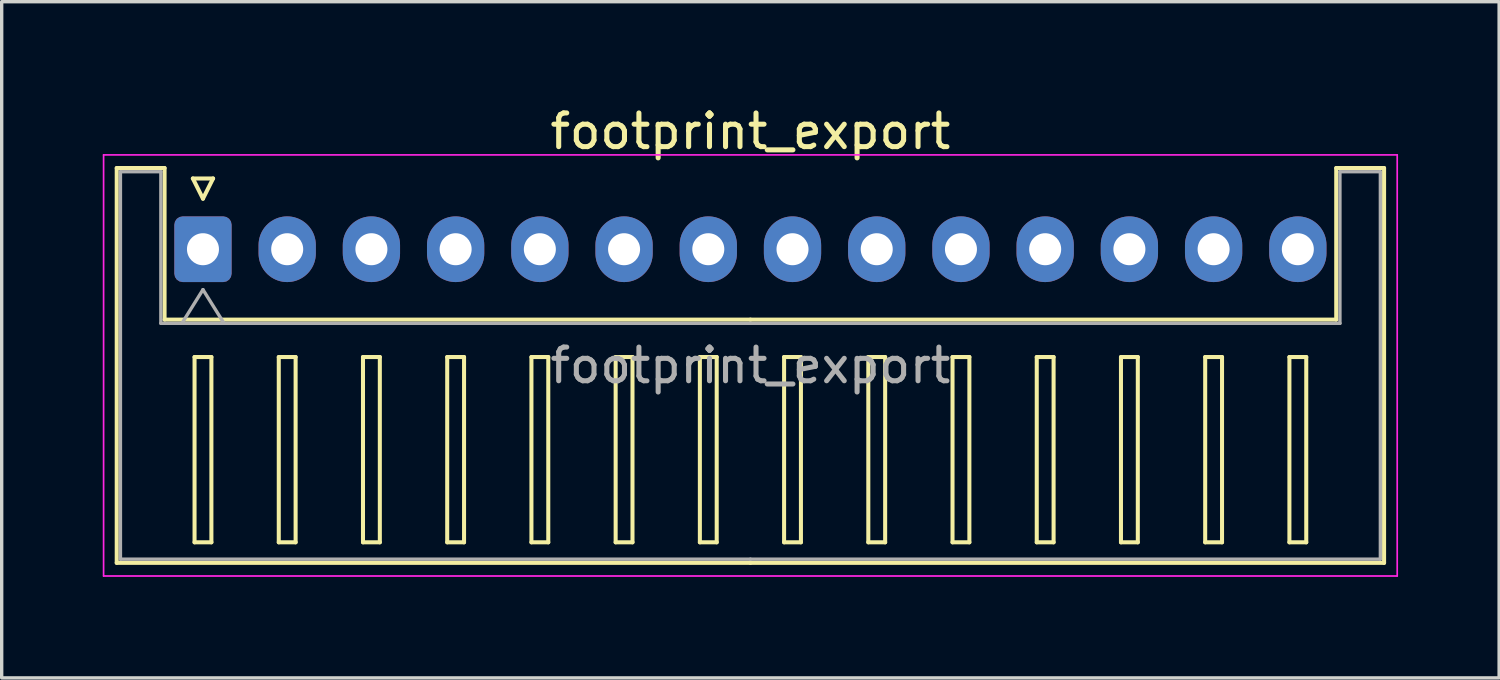
<source format=kicad_pcb>
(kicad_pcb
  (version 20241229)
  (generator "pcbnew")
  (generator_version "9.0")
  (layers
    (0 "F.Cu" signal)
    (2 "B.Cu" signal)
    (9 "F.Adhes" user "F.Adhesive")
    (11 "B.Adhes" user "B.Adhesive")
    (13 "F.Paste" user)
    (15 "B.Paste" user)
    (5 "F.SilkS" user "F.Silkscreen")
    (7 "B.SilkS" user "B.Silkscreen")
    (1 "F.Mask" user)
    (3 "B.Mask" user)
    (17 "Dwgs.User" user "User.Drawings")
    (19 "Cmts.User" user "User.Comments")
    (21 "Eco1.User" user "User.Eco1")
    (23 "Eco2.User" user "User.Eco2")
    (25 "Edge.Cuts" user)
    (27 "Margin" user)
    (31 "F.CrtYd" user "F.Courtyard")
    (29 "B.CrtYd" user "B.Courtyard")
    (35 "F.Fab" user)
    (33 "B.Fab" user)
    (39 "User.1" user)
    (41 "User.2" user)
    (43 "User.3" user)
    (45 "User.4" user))
  (footprint "footprint_export"
    (layer "F.Cu")
    (at 2.975 4.348)
    (property "Reference" "footprint_export" (at 16.25 -3.5 0) (layer "F.SilkS") (effects (font (size 1 1) (thickness 0.15))))
    (attr through_hole)
    (fp_line (start -2.56 -2.41) (end -1.14 -2.41) (stroke (width 0.12) (type solid)) (layer "F.SilkS"))
    (fp_line (start -2.56 9.31) (end -2.56 -2.41) (stroke (width 0.12) (type solid)) (layer "F.SilkS"))
    (fp_line (start -1.14 -2.41) (end -1.14 2.09) (stroke (width 0.12) (type solid)) (layer "F.SilkS"))
    (fp_line (start -1.14 2.09) (end 16.25 2.09) (stroke (width 0.12) (type solid)) (layer "F.SilkS"))
    (fp_line (start -0.3 -2.1) (end 0.3 -2.1) (stroke (width 0.12) (type solid)) (layer "F.SilkS"))
    (fp_line (start -0.25 3.2) (end -0.25 8.7) (stroke (width 0.12) (type solid)) (layer "F.SilkS"))
    (fp_line (start -0.25 8.7) (end 0.25 8.7) (stroke (width 0.12) (type solid)) (layer "F.SilkS"))
    (fp_line (start 0 -1.5) (end -0.3 -2.1) (stroke (width 0.12) (type solid)) (layer "F.SilkS"))
    (fp_line (start 0.25 3.2) (end -0.25 3.2) (stroke (width 0.12) (type solid)) (layer "F.SilkS"))
    (fp_line (start 0.25 8.7) (end 0.25 3.2) (stroke (width 0.12) (type solid)) (layer "F.SilkS"))
    (fp_line (start 0.3 -2.1) (end 0 -1.5) (stroke (width 0.12) (type solid)) (layer "F.SilkS"))
    (fp_line (start 2.25 3.2) (end 2.25 8.7) (stroke (width 0.12) (type solid)) (layer "F.SilkS"))
    (fp_line (start 2.25 8.7) (end 2.75 8.7) (stroke (width 0.12) (type solid)) (layer "F.SilkS"))
    (fp_line (start 2.75 3.2) (end 2.25 3.2) (stroke (width 0.12) (type solid)) (layer "F.SilkS"))
    (fp_line (start 2.75 8.7) (end 2.75 3.2) (stroke (width 0.12) (type solid)) (layer "F.SilkS"))
    (fp_line (start 4.75 3.2) (end 4.75 8.7) (stroke (width 0.12) (type solid)) (layer "F.SilkS"))
    (fp_line (start 4.75 8.7) (end 5.25 8.7) (stroke (width 0.12) (type solid)) (layer "F.SilkS"))
    (fp_line (start 5.25 3.2) (end 4.75 3.2) (stroke (width 0.12) (type solid)) (layer "F.SilkS"))
    (fp_line (start 5.25 8.7) (end 5.25 3.2) (stroke (width 0.12) (type solid)) (layer "F.SilkS"))
    (fp_line (start 7.25 3.2) (end 7.25 8.7) (stroke (width 0.12) (type solid)) (layer "F.SilkS"))
    (fp_line (start 7.25 8.7) (end 7.75 8.7) (stroke (width 0.12) (type solid)) (layer "F.SilkS"))
    (fp_line (start 7.75 3.2) (end 7.25 3.2) (stroke (width 0.12) (type solid)) (layer "F.SilkS"))
    (fp_line (start 7.75 8.7) (end 7.75 3.2) (stroke (width 0.12) (type solid)) (layer "F.SilkS"))
    (fp_line (start 9.75 3.2) (end 9.75 8.7) (stroke (width 0.12) (type solid)) (layer "F.SilkS"))
    (fp_line (start 9.75 8.7) (end 10.25 8.7) (stroke (width 0.12) (type solid)) (layer "F.SilkS"))
    (fp_line (start 10.25 3.2) (end 9.75 3.2) (stroke (width 0.12) (type solid)) (layer "F.SilkS"))
    (fp_line (start 10.25 8.7) (end 10.25 3.2) (stroke (width 0.12) (type solid)) (layer "F.SilkS"))
    (fp_line (start 12.25 3.2) (end 12.25 8.7) (stroke (width 0.12) (type solid)) (layer "F.SilkS"))
    (fp_line (start 12.25 8.7) (end 12.75 8.7) (stroke (width 0.12) (type solid)) (layer "F.SilkS"))
    (fp_line (start 12.75 3.2) (end 12.25 3.2) (stroke (width 0.12) (type solid)) (layer "F.SilkS"))
    (fp_line (start 12.75 8.7) (end 12.75 3.2) (stroke (width 0.12) (type solid)) (layer "F.SilkS"))
    (fp_line (start 14.75 3.2) (end 14.75 8.7) (stroke (width 0.12) (type solid)) (layer "F.SilkS"))
    (fp_line (start 14.75 8.7) (end 15.25 8.7) (stroke (width 0.12) (type solid)) (layer "F.SilkS"))
    (fp_line (start 15.25 3.2) (end 14.75 3.2) (stroke (width 0.12) (type solid)) (layer "F.SilkS"))
    (fp_line (start 15.25 8.7) (end 15.25 3.2) (stroke (width 0.12) (type solid)) (layer "F.SilkS"))
    (fp_line (start 16.25 9.31) (end -2.56 9.31) (stroke (width 0.12) (type solid)) (layer "F.SilkS"))
    (fp_line (start 16.25 9.31) (end 35.06 9.31) (stroke (width 0.12) (type solid)) (layer "F.SilkS"))
    (fp_line (start 17.25 3.2) (end 17.25 8.7) (stroke (width 0.12) (type solid)) (layer "F.SilkS"))
    (fp_line (start 17.25 8.7) (end 17.75 8.7) (stroke (width 0.12) (type solid)) (layer "F.SilkS"))
    (fp_line (start 17.75 3.2) (end 17.25 3.2) (stroke (width 0.12) (type solid)) (layer "F.SilkS"))
    (fp_line (start 17.75 8.7) (end 17.75 3.2) (stroke (width 0.12) (type solid)) (layer "F.SilkS"))
    (fp_line (start 19.75 3.2) (end 19.75 8.7) (stroke (width 0.12) (type solid)) (layer "F.SilkS"))
    (fp_line (start 19.75 8.7) (end 20.25 8.7) (stroke (width 0.12) (type solid)) (layer "F.SilkS"))
    (fp_line (start 20.25 3.2) (end 19.75 3.2) (stroke (width 0.12) (type solid)) (layer "F.SilkS"))
    (fp_line (start 20.25 8.7) (end 20.25 3.2) (stroke (width 0.12) (type solid)) (layer "F.SilkS"))
    (fp_line (start 22.25 3.2) (end 22.25 8.7) (stroke (width 0.12) (type solid)) (layer "F.SilkS"))
    (fp_line (start 22.25 8.7) (end 22.75 8.7) (stroke (width 0.12) (type solid)) (layer "F.SilkS"))
    (fp_line (start 22.75 3.2) (end 22.25 3.2) (stroke (width 0.12) (type solid)) (layer "F.SilkS"))
    (fp_line (start 22.75 8.7) (end 22.75 3.2) (stroke (width 0.12) (type solid)) (layer "F.SilkS"))
    (fp_line (start 24.75 3.2) (end 24.75 8.7) (stroke (width 0.12) (type solid)) (layer "F.SilkS"))
    (fp_line (start 24.75 8.7) (end 25.25 8.7) (stroke (width 0.12) (type solid)) (layer "F.SilkS"))
    (fp_line (start 25.25 3.2) (end 24.75 3.2) (stroke (width 0.12) (type solid)) (layer "F.SilkS"))
    (fp_line (start 25.25 8.7) (end 25.25 3.2) (stroke (width 0.12) (type solid)) (layer "F.SilkS"))
    (fp_line (start 27.25 3.2) (end 27.25 8.7) (stroke (width 0.12) (type solid)) (layer "F.SilkS"))
    (fp_line (start 27.25 8.7) (end 27.75 8.7) (stroke (width 0.12) (type solid)) (layer "F.SilkS"))
    (fp_line (start 27.75 3.2) (end 27.25 3.2) (stroke (width 0.12) (type solid)) (layer "F.SilkS"))
    (fp_line (start 27.75 8.7) (end 27.75 3.2) (stroke (width 0.12) (type solid)) (layer "F.SilkS"))
    (fp_line (start 29.75 3.2) (end 29.75 8.7) (stroke (width 0.12) (type solid)) (layer "F.SilkS"))
    (fp_line (start 29.75 8.7) (end 30.25 8.7) (stroke (width 0.12) (type solid)) (layer "F.SilkS"))
    (fp_line (start 30.25 3.2) (end 29.75 3.2) (stroke (width 0.12) (type solid)) (layer "F.SilkS"))
    (fp_line (start 30.25 8.7) (end 30.25 3.2) (stroke (width 0.12) (type solid)) (layer "F.SilkS"))
    (fp_line (start 32.25 3.2) (end 32.25 8.7) (stroke (width 0.12) (type solid)) (layer "F.SilkS"))
    (fp_line (start 32.25 8.7) (end 32.75 8.7) (stroke (width 0.12) (type solid)) (layer "F.SilkS"))
    (fp_line (start 32.75 3.2) (end 32.25 3.2) (stroke (width 0.12) (type solid)) (layer "F.SilkS"))
    (fp_line (start 32.75 8.7) (end 32.75 3.2) (stroke (width 0.12) (type solid)) (layer "F.SilkS"))
    (fp_line (start 33.64 -2.41) (end 33.64 2.09) (stroke (width 0.12) (type solid)) (layer "F.SilkS"))
    (fp_line (start 33.64 2.09) (end 16.25 2.09) (stroke (width 0.12) (type solid)) (layer "F.SilkS"))
    (fp_line (start 35.06 -2.41) (end 33.64 -2.41) (stroke (width 0.12) (type solid)) (layer "F.SilkS"))
    (fp_line (start 35.06 9.31) (end 35.06 -2.41) (stroke (width 0.12) (type solid)) (layer "F.SilkS"))
    (fp_line (start -2.95 -2.8) (end -2.95 9.7) (stroke (width 0.05) (type solid)) (layer "F.CrtYd"))
    (fp_line (start -2.95 9.7) (end 35.45 9.7) (stroke (width 0.05) (type solid)) (layer "F.CrtYd"))
    (fp_line (start 35.45 -2.8) (end -2.95 -2.8) (stroke (width 0.05) (type solid)) (layer "F.CrtYd"))
    (fp_line (start 35.45 9.7) (end 35.45 -2.8) (stroke (width 0.05) (type solid)) (layer "F.CrtYd"))
    (fp_line (start -2.45 -2.3) (end -1.25 -2.3) (stroke (width 0.1) (type solid)) (layer "F.Fab"))
    (fp_line (start -2.45 9.2) (end -2.45 -2.3) (stroke (width 0.1) (type solid)) (layer "F.Fab"))
    (fp_line (start -1.25 -2.3) (end -1.25 2.2) (stroke (width 0.1) (type solid)) (layer "F.Fab"))
    (fp_line (start -1.25 2.2) (end 16.25 2.2) (stroke (width 0.1) (type solid)) (layer "F.Fab"))
    (fp_line (start -0.625 2.2) (end 0 1.2) (stroke (width 0.1) (type solid)) (layer "F.Fab"))
    (fp_line (start 0 1.2) (end 0.625 2.2) (stroke (width 0.1) (type solid)) (layer "F.Fab"))
    (fp_line (start 16.25 9.2) (end -2.45 9.2) (stroke (width 0.1) (type solid)) (layer "F.Fab"))
    (fp_line (start 16.25 9.2) (end 34.95 9.2) (stroke (width 0.1) (type solid)) (layer "F.Fab"))
    (fp_line (start 33.75 -2.3) (end 33.75 2.2) (stroke (width 0.1) (type solid)) (layer "F.Fab"))
    (fp_line (start 33.75 2.2) (end 16.25 2.2) (stroke (width 0.1) (type solid)) (layer "F.Fab"))
    (fp_line (start 34.95 -2.3) (end 33.75 -2.3) (stroke (width 0.1) (type solid)) (layer "F.Fab"))
    (fp_line (start 34.95 9.2) (end 34.95 -2.3) (stroke (width 0.1) (type solid)) (layer "F.Fab"))
    (fp_text user "${REFERENCE}" (at 16.25 3.45 0) (layer "F.Fab") (effects (font (size 1 1) (thickness 0.15))))
    (pad "1" thru_hole roundrect (at 0 0) (size 1.7 1.95) (drill 0.95) (layers "*.Cu" "*.Mask") (roundrect_rratio 0.147))
    (pad "2" thru_hole oval (at 2.5 0) (size 1.7 1.95) (drill 0.95) (layers "*.Cu" "*.Mask"))
    (pad "3" thru_hole oval (at 5 0) (size 1.7 1.95) (drill 0.95) (layers "*.Cu" "*.Mask"))
    (pad "4" thru_hole oval (at 7.5 0) (size 1.7 1.95) (drill 0.95) (layers "*.Cu" "*.Mask"))
    (pad "5" thru_hole oval (at 10 0) (size 1.7 1.95) (drill 0.95) (layers "*.Cu" "*.Mask"))
    (pad "6" thru_hole oval (at 12.5 0) (size 1.7 1.95) (drill 0.95) (layers "*.Cu" "*.Mask"))
    (pad "7" thru_hole oval (at 15 0) (size 1.7 1.95) (drill 0.95) (layers "*.Cu" "*.Mask"))
    (pad "8" thru_hole oval (at 17.5 0) (size 1.7 1.95) (drill 0.95) (layers "*.Cu" "*.Mask"))
    (pad "9" thru_hole oval (at 20 0) (size 1.7 1.95) (drill 0.95) (layers "*.Cu" "*.Mask"))
    (pad "10" thru_hole oval (at 22.5 0) (size 1.7 1.95) (drill 0.95) (layers "*.Cu" "*.Mask"))
    (pad "11" thru_hole oval (at 25 0) (size 1.7 1.95) (drill 0.95) (layers "*.Cu" "*.Mask"))
    (pad "12" thru_hole oval (at 27.5 0) (size 1.7 1.95) (drill 0.95) (layers "*.Cu" "*.Mask"))
    (pad "13" thru_hole oval (at 30 0) (size 1.7 1.95) (drill 0.95) (layers "*.Cu" "*.Mask"))
    (pad "14" thru_hole oval (at 32.5 0) (size 1.7 1.95) (drill 0.95) (layers "*.Cu" "*.Mask")))
  (gr_rect
    (start -3 -3)
    (end 41.45 17.073)
    (stroke (width 0.1) (type default))
    (fill no)
    (layer "Edge.Cuts")))
</source>
